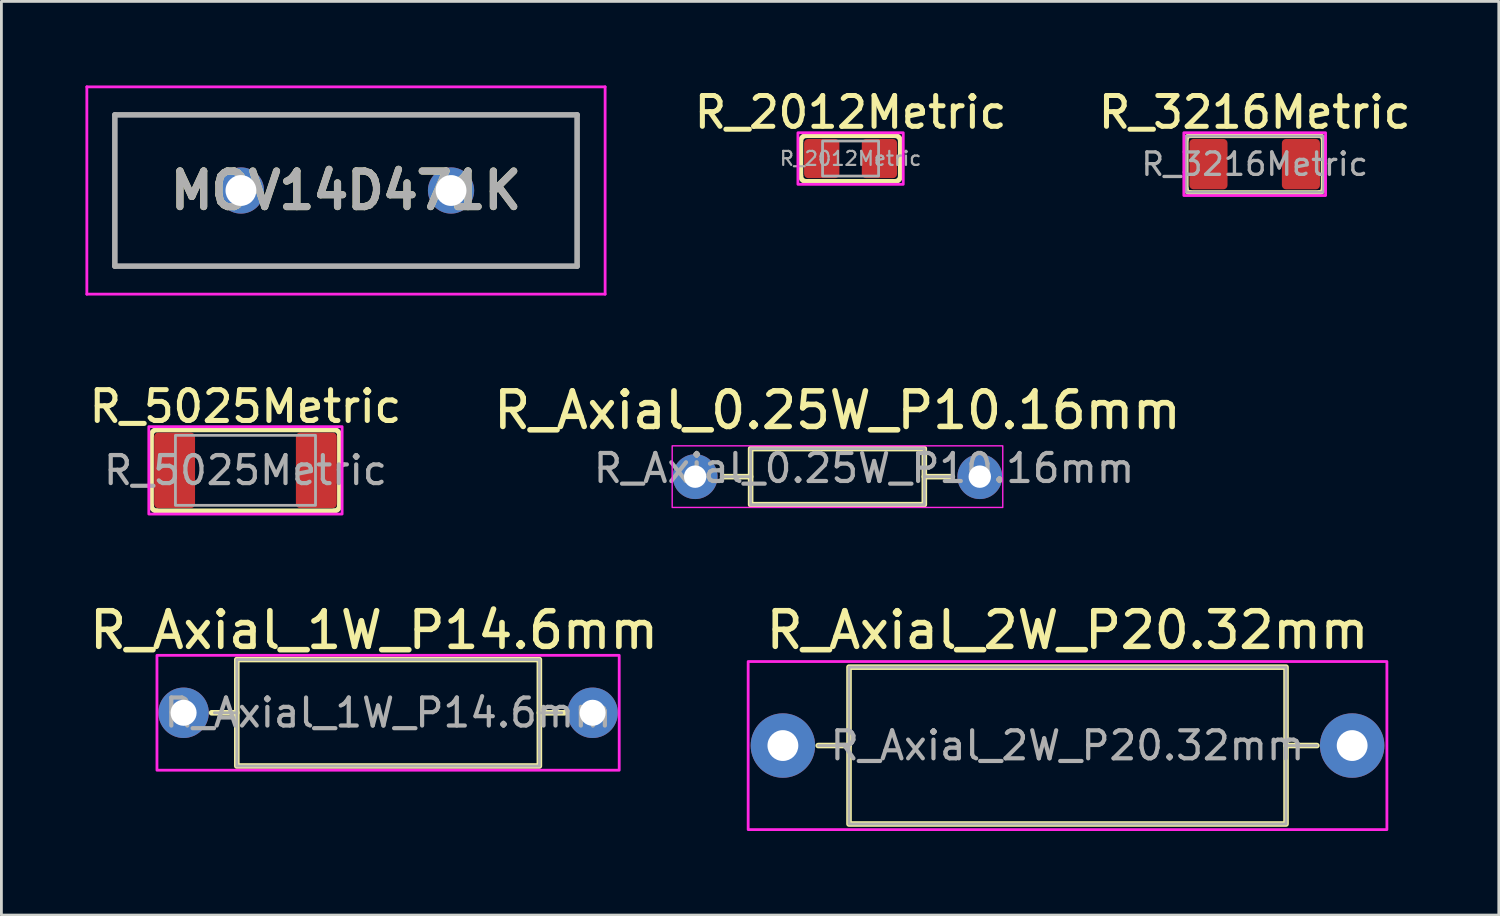
<source format=kicad_pcb>
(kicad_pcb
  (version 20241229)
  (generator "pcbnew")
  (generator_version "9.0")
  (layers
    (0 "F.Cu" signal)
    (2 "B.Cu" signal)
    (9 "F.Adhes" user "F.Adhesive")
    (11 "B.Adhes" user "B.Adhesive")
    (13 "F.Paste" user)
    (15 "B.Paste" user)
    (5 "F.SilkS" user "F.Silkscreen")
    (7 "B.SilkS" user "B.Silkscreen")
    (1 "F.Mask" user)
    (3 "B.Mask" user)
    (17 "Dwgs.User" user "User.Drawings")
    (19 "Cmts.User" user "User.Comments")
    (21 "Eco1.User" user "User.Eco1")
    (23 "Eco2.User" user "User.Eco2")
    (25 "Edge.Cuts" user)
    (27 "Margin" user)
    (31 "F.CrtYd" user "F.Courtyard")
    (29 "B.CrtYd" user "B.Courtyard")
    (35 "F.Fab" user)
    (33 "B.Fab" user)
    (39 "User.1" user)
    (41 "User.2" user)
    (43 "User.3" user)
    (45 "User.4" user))
  (footprint "R_Axial_0.25W_P10.16mm"
    (layer "F.Cu")
    (at 26.844 13.964)
    (property "Reference" "R_Axial_0.25W_P10.16mm" (at 0 -2.37 0) (layer "F.SilkS") (effects (font (size 1.27 1.27) (thickness 0.2))))
    (attr through_hole)
    (fp_line (start -4.1 0) (end -3.1 0) (stroke (width 0.2) (type solid)) (layer "F.SilkS"))
    (fp_line (start 4.1 0) (end 3.1 0) (stroke (width 0.2) (type solid)) (layer "F.SilkS"))
    (fp_rect (start -3.1 -1) (end 3.1 1) (stroke (width 0.2) (type solid)) (fill no) (layer "F.SilkS"))
    (fp_rect (start -5.9 -1.1) (end 5.9 1.1) (stroke (width 0.05) (type solid)) (fill no) (layer "F.CrtYd"))
    (fp_line (start -4.1 0) (end -3.1 0) (stroke (width 0.1) (type solid)) (layer "F.Fab"))
    (fp_line (start 4.1 0) (end 3.1 0) (stroke (width 0.1) (type solid)) (layer "F.Fab"))
    (fp_rect (start -3.1 -1) (end 3.1 1) (stroke (width 0.1) (type solid)) (fill no) (layer "F.Fab"))
    (fp_text user "${REFERENCE}" (at 0.95 -0.3 0) (layer "F.Fab") (effects (font (size 1 1) (thickness 0.15))))
    (pad "1" thru_hole circle (at -5.08 0) (size 1.6 1.6) (drill 0.8) (layers "*.Cu" "*.Mask"))
    (pad "2" thru_hole circle (at 5.08 0) (size 1.6 1.6) (drill 0.8) (layers "*.Cu" "*.Mask")))
  (footprint "R_3216Metric"
    (layer "F.Cu")
    (at 41.737 2.809)
    (property "Reference" "R_3216Metric" (at 0 -1.85 0) (layer "F.SilkS") (effects (font (size 1.1 1.1) (thickness 0.18) (bold yes))))
    (attr smd)
    (fp_line (start -2.45 -0.87) (end -2.45 0.87) (stroke (width 0.18) (type solid)) (layer "F.SilkS"))
    (fp_line (start -2.3 -1.02) (end 2.3 -1.02) (stroke (width 0.18) (type solid)) (layer "F.SilkS"))
    (fp_line (start -2.3 1.02) (end 2.3 1.02) (stroke (width 0.18) (type solid)) (layer "F.SilkS"))
    (fp_line (start 2.45 -0.87) (end 2.45 0.87) (stroke (width 0.18) (type solid)) (layer "F.SilkS"))
    (fp_arc (start -2.45 -0.87) (mid -2.406066 -0.976066) (end -2.3 -1.02) (stroke (width 0.18) (type solid)) (layer "F.SilkS"))
    (fp_arc (start -2.3 1.02) (mid -2.406066 0.976066) (end -2.45 0.87) (stroke (width 0.18) (type solid)) (layer "F.SilkS"))
    (fp_arc (start 2.3 -1.02) (mid 2.406066 -0.976066) (end 2.45 -0.87) (stroke (width 0.18) (type solid)) (layer "F.SilkS"))
    (fp_arc (start 2.45 0.87) (mid 2.406066 0.976066) (end 2.3 1.02) (stroke (width 0.18) (type solid)) (layer "F.SilkS"))
    (fp_rect (start -2.53 -1.12) (end 2.53 1.12) (stroke (width 0.1) (type solid)) (fill no) (layer "F.CrtYd"))
    (fp_rect (start -2.45 -1) (end 2.45 1) (stroke (width 0.1) (type solid)) (fill no) (layer "F.Fab"))
    (fp_text user "${REFERENCE}" (at 0 0 0) (layer "F.Fab") (effects (font (size 0.8 0.8) (thickness 0.12))))
    (pad "1" smd roundrect (at -1.65 0) (size 1.36 1.8) (layers "F.Cu" "F.Mask" "F.Paste") (roundrect_rratio 0.11))
    (pad "2" smd roundrect (at 1.65 0) (size 1.36 1.8) (layers "F.Cu" "F.Mask" "F.Paste") (roundrect_rratio 0.11)))
  (footprint "R_5025Metric"
    (layer "F.Cu")
    (at 5.712 13.739)
    (property "Reference" "R_5025Metric" (at 0 -2.28 0) (layer "F.SilkS") (effects (font (size 1.1 1.1) (thickness 0.18) (bold yes))))
    (attr smd)
    (fp_line (start -3.36 -1.25) (end -3.36 1.25) (stroke (width 0.18) (type solid)) (layer "F.SilkS"))
    (fp_line (start -3.16 -1.45) (end 3.16 -1.45) (stroke (width 0.18) (type solid)) (layer "F.SilkS"))
    (fp_line (start -3.16 1.45) (end 3.16 1.45) (stroke (width 0.18) (type solid)) (layer "F.SilkS"))
    (fp_line (start 3.36 -1.25) (end 3.36 1.25) (stroke (width 0.18) (type solid)) (layer "F.SilkS"))
    (fp_arc (start -3.36 -1.25) (mid -3.301421 -1.391421) (end -3.16 -1.45) (stroke (width 0.18) (type solid)) (layer "F.SilkS"))
    (fp_arc (start -3.16 1.45) (mid -3.301421 1.391421) (end -3.36 1.25) (stroke (width 0.18) (type solid)) (layer "F.SilkS"))
    (fp_arc (start 3.16 -1.45) (mid 3.301421 -1.391421) (end 3.36 -1.25) (stroke (width 0.18) (type solid)) (layer "F.SilkS"))
    (fp_arc (start 3.36 1.25) (mid 3.301421 1.391421) (end 3.16 1.45) (stroke (width 0.18) (type solid)) (layer "F.SilkS"))
    (fp_rect (start -3.45 -1.56) (end 3.45 1.56) (stroke (width 0.1) (type solid)) (fill no) (layer "F.CrtYd"))
    (fp_rect (start -2.5 -1.25) (end 2.5 1.25) (stroke (width 0.1) (type solid)) (fill no) (layer "F.Fab"))
    (fp_text user "${REFERENCE}" (at 0 0 0) (layer "F.Fab") (effects (font (size 1 1) (thickness 0.15))))
    (pad "1" smd roundrect (at -2.53 0) (size 1.46 2.7) (layers "F.Cu" "F.Mask" "F.Paste") (roundrect_rratio 0.103))
    (pad "2" smd roundrect (at 2.53 0) (size 1.46 2.7) (layers "F.Cu" "F.Mask" "F.Paste") (roundrect_rratio 0.103)))
  (footprint "MOV14D471K"
    (layer "F.Cu")
    (at 9.3 3.75)
    (property "Reference" "MOV14D471K" (at 0 0 0) (layer "F.SilkS") (effects (font (size 1.27 1.27) (thickness 0.254))))
    (attr through_hole)
    (fp_line (start -8.25 -2.7) (end 8.25 -2.7) (stroke (width 0.1) (type solid)) (layer "F.SilkS"))
    (fp_line (start -8.25 2.7) (end -8.25 -2.7) (stroke (width 0.1) (type solid)) (layer "F.SilkS"))
    (fp_line (start 8.25 -2.7) (end 8.25 2.7) (stroke (width 0.1) (type solid)) (layer "F.SilkS"))
    (fp_line (start 8.25 2.7) (end -8.25 2.7) (stroke (width 0.1) (type solid)) (layer "F.SilkS"))
    (fp_line (start -9.25 -3.7) (end 9.25 -3.7) (stroke (width 0.1) (type solid)) (layer "F.CrtYd"))
    (fp_line (start -9.25 3.7) (end -9.25 -3.7) (stroke (width 0.1) (type solid)) (layer "F.CrtYd"))
    (fp_line (start 9.25 -3.7) (end 9.25 3.7) (stroke (width 0.1) (type solid)) (layer "F.CrtYd"))
    (fp_line (start 9.25 3.7) (end -9.25 3.7) (stroke (width 0.1) (type solid)) (layer "F.CrtYd"))
    (fp_line (start -8.25 -2.7) (end 8.25 -2.7) (stroke (width 0.2) (type solid)) (layer "F.Fab"))
    (fp_line (start -8.25 2.7) (end -8.25 -2.7) (stroke (width 0.2) (type solid)) (layer "F.Fab"))
    (fp_line (start 8.25 -2.7) (end 8.25 2.7) (stroke (width 0.2) (type solid)) (layer "F.Fab"))
    (fp_line (start 8.25 2.7) (end -8.25 2.7) (stroke (width 0.2) (type solid)) (layer "F.Fab"))
    (fp_text user "${REFERENCE}" (at 0 0 0) (layer "F.Fab") (effects (font (size 1.27 1.27) (thickness 0.254))))
    (pad "1" thru_hole circle (at -3.75 0) (size 1.65 1.65) (drill 1.1) (layers "*.Cu" "*.Mask"))
    (pad "2" thru_hole circle (at 3.75 0) (size 1.65 1.65) (drill 1.1) (layers "*.Cu" "*.Mask")))
  (footprint "R_2012Metric"
    (layer "F.Cu")
    (at 27.312 2.609)
    (property "Reference" "R_2012Metric" (at 0 -1.65 0) (layer "F.SilkS") (effects (font (size 1.1 1.1) (thickness 0.18) (bold yes))))
    (attr smd)
    (fp_line (start -1.78 -0.62) (end -1.78 0.62) (stroke (width 0.18) (type solid)) (layer "F.SilkS"))
    (fp_line (start -1.58 -0.82) (end 1.58 -0.82) (stroke (width 0.18) (type solid)) (layer "F.SilkS"))
    (fp_line (start -1.58 0.82) (end 1.58 0.82) (stroke (width 0.18) (type solid)) (layer "F.SilkS"))
    (fp_line (start 1.78 -0.62) (end 1.78 0.62) (stroke (width 0.18) (type solid)) (layer "F.SilkS"))
    (fp_arc (start -1.78 -0.62) (mid -1.721421 -0.761421) (end -1.58 -0.82) (stroke (width 0.18) (type solid)) (layer "F.SilkS"))
    (fp_arc (start -1.58 0.82) (mid -1.721421 0.761421) (end -1.78 0.62) (stroke (width 0.18) (type solid)) (layer "F.SilkS"))
    (fp_arc (start 1.58 -0.82) (mid 1.721421 -0.761421) (end 1.78 -0.62) (stroke (width 0.18) (type solid)) (layer "F.SilkS"))
    (fp_arc (start 1.78 0.62) (mid 1.721421 0.761421) (end 1.58 0.82) (stroke (width 0.18) (type solid)) (layer "F.SilkS"))
    (fp_rect (start -1.88 -0.92) (end 1.88 0.92) (stroke (width 0.1) (type solid)) (fill no) (layer "F.CrtYd"))
    (fp_rect (start -1 -0.625) (end 1 0.625) (stroke (width 0.1) (type solid)) (fill no) (layer "F.Fab"))
    (fp_text user "${REFERENCE}" (at 0 0 0) (layer "F.Fab") (effects (font (size 0.5 0.5) (thickness 0.08))))
    (pad "1" smd roundrect (at -1.03 0) (size 1.26 1.4) (layers "F.Cu" "F.Mask" "F.Paste") (roundrect_rratio 0.119))
    (pad "2" smd roundrect (at 1.03 0) (size 1.26 1.4) (layers "F.Cu" "F.Mask" "F.Paste") (roundrect_rratio 0.119)))
  (footprint "R_Axial_1W_P14.6mm"
    (layer "F.Cu")
    (at 10.803 22.393)
    (property "Reference" "R_Axial_1W_P14.6mm" (at -0.5 -2.95 0) (layer "F.SilkS") (effects (font (size 1.27 1.27) (thickness 0.2))))
    (attr through_hole)
    (fp_line (start -6.3 0) (end -5.4 0) (stroke (width 0.2) (type solid)) (layer "F.SilkS"))
    (fp_line (start 5.4 0) (end 6.3 0) (stroke (width 0.2) (type solid)) (layer "F.SilkS"))
    (fp_rect (start -5.4 -1.9) (end 5.4 1.9) (stroke (width 0.2) (type solid)) (fill no) (layer "F.SilkS"))
    (fp_rect (start -8.25 -2.05) (end 8.25 2.05) (stroke (width 0.1) (type solid)) (fill no) (layer "F.CrtYd"))
    (fp_line (start -6.2 0) (end -5.4 0) (stroke (width 0.1) (type solid)) (layer "F.Fab"))
    (fp_line (start 6.2 0) (end 5.4 0) (stroke (width 0.1) (type solid)) (layer "F.Fab"))
    (fp_rect (start -5.4 -1.9) (end 5.4 1.9) (stroke (width 0.1) (type solid)) (fill no) (layer "F.Fab"))
    (fp_text user "${REFERENCE}" (at 0 0 0) (layer "F.Fab") (effects (font (size 1 1) (thickness 0.15))))
    (pad "1" thru_hole circle (at -7.3 0) (size 1.8 1.8) (drill 0.93) (layers "*.Cu" "*.Mask"))
    (pad "2" thru_hole circle (at 7.3 0) (size 1.8 1.8) (drill 0.93) (layers "*.Cu" "*.Mask")))
  (footprint "R_Axial_2W_P20.32mm"
    (layer "F.Cu")
    (at 35.056 23.563)
    (property "Reference" "R_Axial_2W_P20.32mm" (at 0 -4.12 0) (layer "F.SilkS") (effects (font (size 1.27 1.27) (thickness 0.2))))
    (attr through_hole)
    (fp_line (start -8.9 0) (end -7.8 0) (stroke (width 0.2) (type solid)) (layer "F.SilkS"))
    (fp_line (start 8.9 0) (end 7.8 0) (stroke (width 0.2) (type solid)) (layer "F.SilkS"))
    (fp_rect (start -7.8 -2.8) (end 7.8 2.8) (stroke (width 0.2) (type solid)) (fill no) (layer "F.SilkS"))
    (fp_rect (start -11.4 -3) (end 11.4 3) (stroke (width 0.1) (type solid)) (fill no) (layer "F.CrtYd"))
    (fp_line (start -8.9 0) (end -7.8 0) (stroke (width 0.1) (type solid)) (layer "F.Fab"))
    (fp_line (start 8.9 0) (end 7.8 0) (stroke (width 0.1) (type solid)) (layer "F.Fab"))
    (fp_rect (start -7.8 -2.8) (end 7.8 2.8) (stroke (width 0.1) (type solid)) (fill no) (layer "F.Fab"))
    (fp_text user "${REFERENCE}" (at 0 0 0) (layer "F.Fab") (effects (font (size 1 1) (thickness 0.15))))
    (pad "1" thru_hole circle (at -10.16 0) (size 2.3 2.3) (drill 1.1) (layers "*.Cu" "*.Mask"))
    (pad "2" thru_hole circle (at 10.16 0) (size 2.3 2.3) (drill 1.1) (layers "*.Cu" "*.Mask")))
  (gr_rect
    (start -3 -3)
    (end 50.45 29.613)
    (stroke (width 0.1) (type default))
    (fill no)
    (layer "Edge.Cuts")))
</source>
